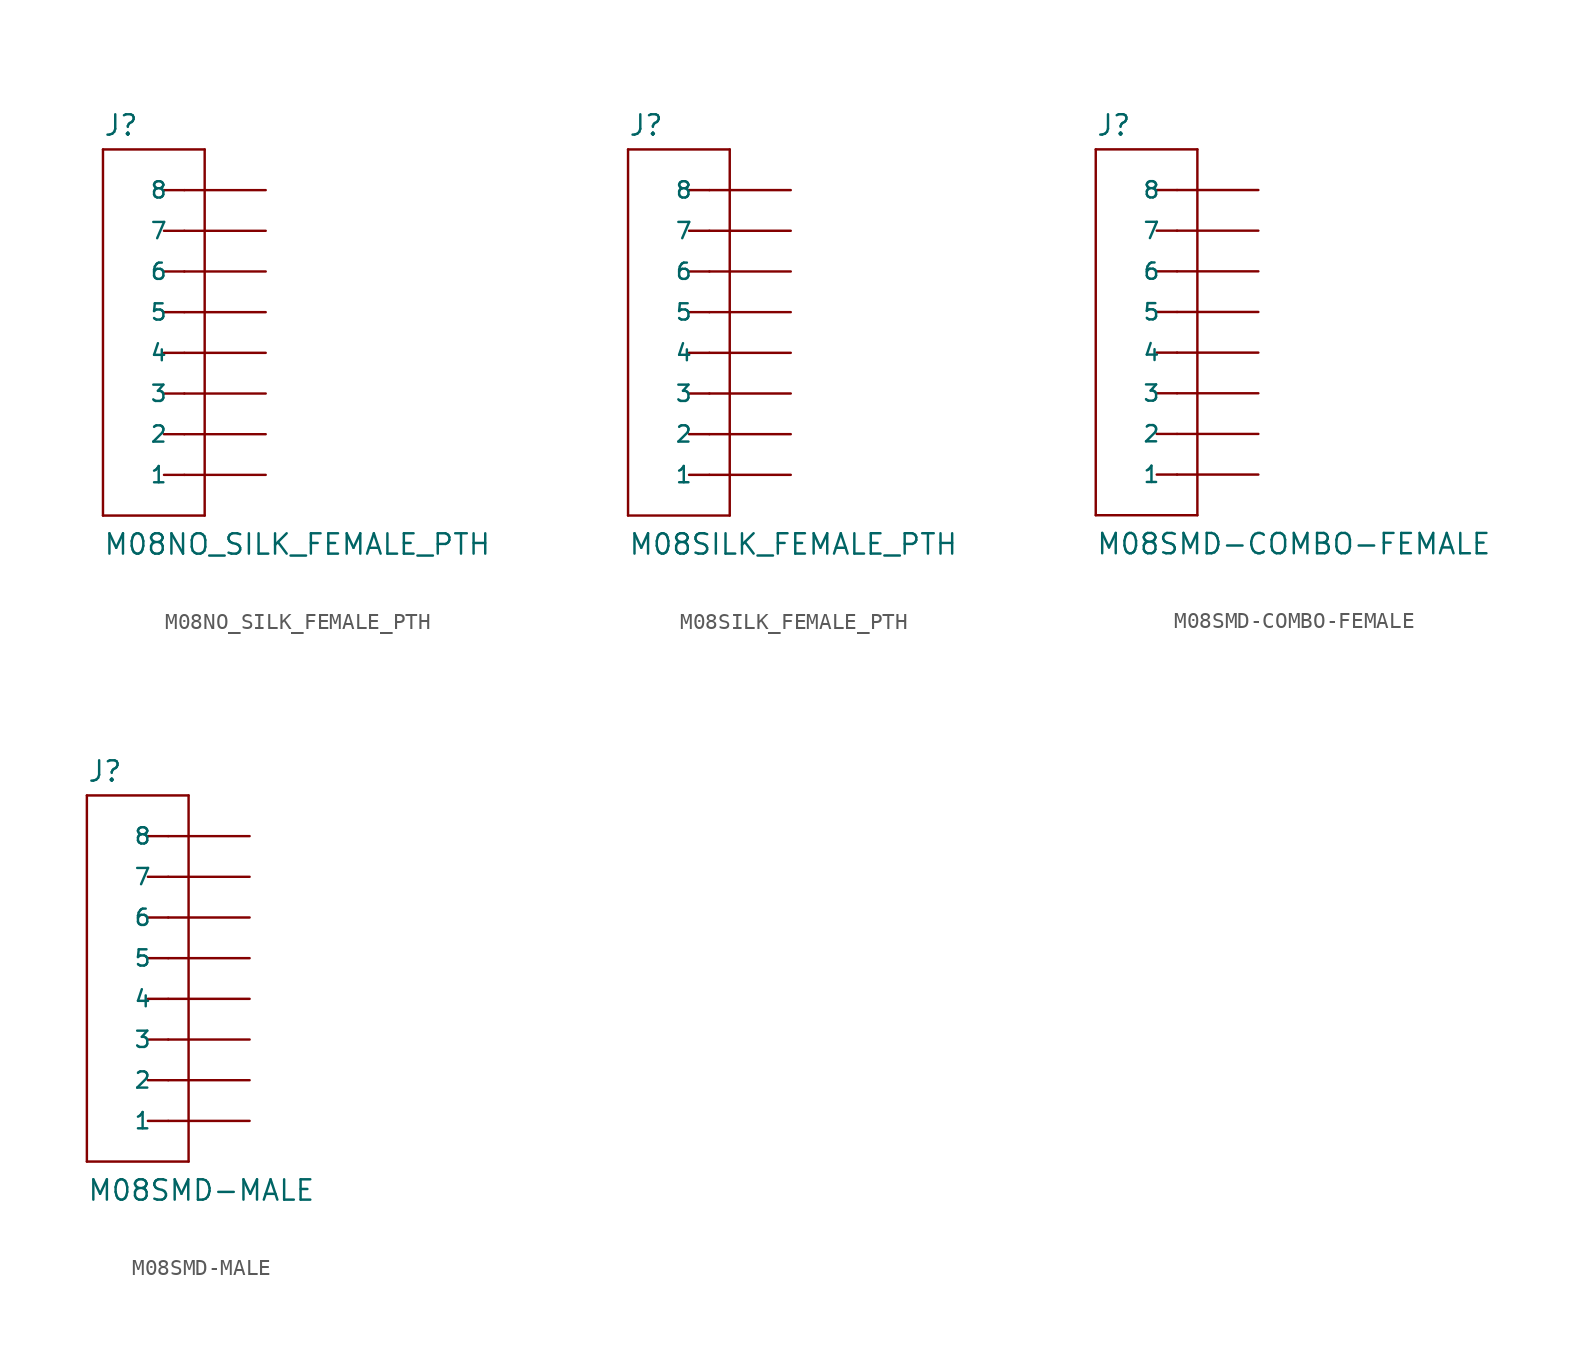
<source format=kicad_sym>
(kicad_symbol_lib
  (version 20211014)
  (generator kicad_symbol_editor)
  (symbol "M08NO_SILK_FEMALE_PTH"
    (pin_numbers hide)
    (pin_names
      (offset 1.016))
    (property "Reference" "J"
      (at -5.08 13.462 0)
      (effects (font (size 1.27 1.27)) (justify left bottom)))
    (property "Value" "M08NO_SILK_FEMALE_PTH"
      (at -5.08 -12.7 0)
      (effects (font (size 1.27 1.27)) (justify left bottom)))
    (property "Datasheet" ""
      (at 0 0 0)
      (effects (font (size 1.524 1.524))))
    (property "ki_locked" ""
      (at 0 0 0)
      (effects (font (size 1.27 1.27))))
    (symbol "M08NO_SILK_FEMALE_PTH_1_0"
      (polyline (pts (xy -5.08 12.7) (xy -5.08 -10.16)) (stroke (width 0) (type default) (color 0 0 0 0)) (fill (type none)))
      (polyline (pts (xy -5.08 12.7) (xy 1.27 12.7)) (stroke (width 0) (type default) (color 0 0 0 0)) (fill (type none)))
      (polyline (pts (xy -1.27 -7.62) (xy 0 -7.62)) (stroke (width 0) (type default) (color 0 0 0 0)) (fill (type none)))
      (polyline (pts (xy -1.27 -5.08) (xy 0 -5.08)) (stroke (width 0) (type default) (color 0 0 0 0)) (fill (type none)))
      (polyline (pts (xy -1.27 -2.54) (xy 0 -2.54)) (stroke (width 0) (type default) (color 0 0 0 0)) (fill (type none)))
      (polyline (pts (xy -1.27 0) (xy 0 0)) (stroke (width 0) (type default) (color 0 0 0 0)) (fill (type none)))
      (polyline (pts (xy -1.27 2.54) (xy 0 2.54)) (stroke (width 0) (type default) (color 0 0 0 0)) (fill (type none)))
      (polyline (pts (xy -1.27 5.08) (xy 0 5.08)) (stroke (width 0) (type default) (color 0 0 0 0)) (fill (type none)))
      (polyline (pts (xy -1.27 7.62) (xy 0 7.62)) (stroke (width 0) (type default) (color 0 0 0 0)) (fill (type none)))
      (polyline (pts (xy -1.27 10.16) (xy 0 10.16)) (stroke (width 0) (type default) (color 0 0 0 0)) (fill (type none)))
      (polyline (pts (xy 1.27 -10.16) (xy -5.08 -10.16)) (stroke (width 0) (type default) (color 0 0 0 0)) (fill (type none)))
      (polyline (pts (xy 1.27 -10.16) (xy 1.27 12.7)) (stroke (width 0) (type default) (color 0 0 0 0)) (fill (type none))))
    (symbol "M08NO_SILK_FEMALE_PTH_1_1"
      (pin passive line (at 5.08 -7.62 180) (length 5.08) (name "1" (effects (font (size 1.016 1.016)))) (number "1" (effects (font (size 1.016 1.016)))))
      (pin passive line (at 5.08 -5.08 180) (length 5.08) (name "2" (effects (font (size 1.016 1.016)))) (number "2" (effects (font (size 1.016 1.016)))))
      (pin passive line (at 5.08 -2.54 180) (length 5.08) (name "3" (effects (font (size 1.016 1.016)))) (number "3" (effects (font (size 1.016 1.016)))))
      (pin passive line (at 5.08 0 180) (length 5.08) (name "4" (effects (font (size 1.016 1.016)))) (number "4" (effects (font (size 1.016 1.016)))))
      (pin passive line (at 5.08 2.54 180) (length 5.08) (name "5" (effects (font (size 1.016 1.016)))) (number "5" (effects (font (size 1.016 1.016)))))
      (pin passive line (at 5.08 5.08 180) (length 5.08) (name "6" (effects (font (size 1.016 1.016)))) (number "6" (effects (font (size 1.016 1.016)))))
      (pin passive line (at 5.08 7.62 180) (length 5.08) (name "7" (effects (font (size 1.016 1.016)))) (number "7" (effects (font (size 1.016 1.016)))))
      (pin passive line (at 5.08 10.16 180) (length 5.08) (name "8" (effects (font (size 1.016 1.016)))) (number "8" (effects (font (size 1.016 1.016)))))))
  (symbol "M08SILK_FEMALE_PTH"
    (pin_numbers hide)
    (pin_names
      (offset 1.016))
    (property "Reference" "J"
      (at -5.08 13.462 0)
      (effects (font (size 1.27 1.27)) (justify left bottom)))
    (property "Value" "M08SILK_FEMALE_PTH"
      (at -5.08 -12.7 0)
      (effects (font (size 1.27 1.27)) (justify left bottom)))
    (property "Datasheet" ""
      (at 0 0 0)
      (effects (font (size 1.524 1.524))))
    (property "ki_locked" ""
      (at 0 0 0)
      (effects (font (size 1.27 1.27))))
    (symbol "M08SILK_FEMALE_PTH_1_0"
      (polyline (pts (xy -5.08 12.7) (xy -5.08 -10.16)) (stroke (width 0) (type default) (color 0 0 0 0)) (fill (type none)))
      (polyline (pts (xy -5.08 12.7) (xy 1.27 12.7)) (stroke (width 0) (type default) (color 0 0 0 0)) (fill (type none)))
      (polyline (pts (xy -1.27 -7.62) (xy 0 -7.62)) (stroke (width 0) (type default) (color 0 0 0 0)) (fill (type none)))
      (polyline (pts (xy -1.27 -5.08) (xy 0 -5.08)) (stroke (width 0) (type default) (color 0 0 0 0)) (fill (type none)))
      (polyline (pts (xy -1.27 -2.54) (xy 0 -2.54)) (stroke (width 0) (type default) (color 0 0 0 0)) (fill (type none)))
      (polyline (pts (xy -1.27 0) (xy 0 0)) (stroke (width 0) (type default) (color 0 0 0 0)) (fill (type none)))
      (polyline (pts (xy -1.27 2.54) (xy 0 2.54)) (stroke (width 0) (type default) (color 0 0 0 0)) (fill (type none)))
      (polyline (pts (xy -1.27 5.08) (xy 0 5.08)) (stroke (width 0) (type default) (color 0 0 0 0)) (fill (type none)))
      (polyline (pts (xy -1.27 7.62) (xy 0 7.62)) (stroke (width 0) (type default) (color 0 0 0 0)) (fill (type none)))
      (polyline (pts (xy -1.27 10.16) (xy 0 10.16)) (stroke (width 0) (type default) (color 0 0 0 0)) (fill (type none)))
      (polyline (pts (xy 1.27 -10.16) (xy -5.08 -10.16)) (stroke (width 0) (type default) (color 0 0 0 0)) (fill (type none)))
      (polyline (pts (xy 1.27 -10.16) (xy 1.27 12.7)) (stroke (width 0) (type default) (color 0 0 0 0)) (fill (type none))))
    (symbol "M08SILK_FEMALE_PTH_1_1"
      (pin passive line (at 5.08 -7.62 180) (length 5.08) (name "1" (effects (font (size 1.016 1.016)))) (number "1" (effects (font (size 1.016 1.016)))))
      (pin passive line (at 5.08 -5.08 180) (length 5.08) (name "2" (effects (font (size 1.016 1.016)))) (number "2" (effects (font (size 1.016 1.016)))))
      (pin passive line (at 5.08 -2.54 180) (length 5.08) (name "3" (effects (font (size 1.016 1.016)))) (number "3" (effects (font (size 1.016 1.016)))))
      (pin passive line (at 5.08 0 180) (length 5.08) (name "4" (effects (font (size 1.016 1.016)))) (number "4" (effects (font (size 1.016 1.016)))))
      (pin passive line (at 5.08 2.54 180) (length 5.08) (name "5" (effects (font (size 1.016 1.016)))) (number "5" (effects (font (size 1.016 1.016)))))
      (pin passive line (at 5.08 5.08 180) (length 5.08) (name "6" (effects (font (size 1.016 1.016)))) (number "6" (effects (font (size 1.016 1.016)))))
      (pin passive line (at 5.08 7.62 180) (length 5.08) (name "7" (effects (font (size 1.016 1.016)))) (number "7" (effects (font (size 1.016 1.016)))))
      (pin passive line (at 5.08 10.16 180) (length 5.08) (name "8" (effects (font (size 1.016 1.016)))) (number "8" (effects (font (size 1.016 1.016)))))))
  (symbol "M08SMD-COMBO-FEMALE"
    (pin_numbers hide)
    (pin_names
      (offset 1.016))
    (property "Reference" "J"
      (at -5.08 13.462 0)
      (effects (font (size 1.27 1.27)) (justify left bottom)))
    (property "Value" "M08SMD-COMBO-FEMALE"
      (at -5.08 -12.7 0)
      (effects (font (size 1.27 1.27)) (justify left bottom)))
    (property "Datasheet" ""
      (at 0 0 0)
      (effects (font (size 1.524 1.524))))
    (property "ki_locked" ""
      (at 0 0 0)
      (effects (font (size 1.27 1.27))))
    (symbol "M08SMD-COMBO-FEMALE_1_0"
      (polyline (pts (xy -5.08 12.7) (xy -5.08 -10.16)) (stroke (width 0) (type default) (color 0 0 0 0)) (fill (type none)))
      (polyline (pts (xy -5.08 12.7) (xy 1.27 12.7)) (stroke (width 0) (type default) (color 0 0 0 0)) (fill (type none)))
      (polyline (pts (xy -1.27 -7.62) (xy 0 -7.62)) (stroke (width 0) (type default) (color 0 0 0 0)) (fill (type none)))
      (polyline (pts (xy -1.27 -5.08) (xy 0 -5.08)) (stroke (width 0) (type default) (color 0 0 0 0)) (fill (type none)))
      (polyline (pts (xy -1.27 -2.54) (xy 0 -2.54)) (stroke (width 0) (type default) (color 0 0 0 0)) (fill (type none)))
      (polyline (pts (xy -1.27 0) (xy 0 0)) (stroke (width 0) (type default) (color 0 0 0 0)) (fill (type none)))
      (polyline (pts (xy -1.27 2.54) (xy 0 2.54)) (stroke (width 0) (type default) (color 0 0 0 0)) (fill (type none)))
      (polyline (pts (xy -1.27 5.08) (xy 0 5.08)) (stroke (width 0) (type default) (color 0 0 0 0)) (fill (type none)))
      (polyline (pts (xy -1.27 7.62) (xy 0 7.62)) (stroke (width 0) (type default) (color 0 0 0 0)) (fill (type none)))
      (polyline (pts (xy -1.27 10.16) (xy 0 10.16)) (stroke (width 0) (type default) (color 0 0 0 0)) (fill (type none)))
      (polyline (pts (xy 1.27 -10.16) (xy -5.08 -10.16)) (stroke (width 0) (type default) (color 0 0 0 0)) (fill (type none)))
      (polyline (pts (xy 1.27 -10.16) (xy 1.27 12.7)) (stroke (width 0) (type default) (color 0 0 0 0)) (fill (type none))))
    (symbol "M08SMD-COMBO-FEMALE_1_1"
      (pin passive line (at 5.08 -7.62 180) (length 5.08) (name "1" (effects (font (size 1.016 1.016)))) (number "1" (effects (font (size 1.016 1.016)))))
      (pin passive line (at 5.08 -5.08 180) (length 5.08) (name "2" (effects (font (size 1.016 1.016)))) (number "2" (effects (font (size 1.016 1.016)))))
      (pin passive line (at 5.08 -2.54 180) (length 5.08) (name "3" (effects (font (size 1.016 1.016)))) (number "3" (effects (font (size 1.016 1.016)))))
      (pin passive line (at 5.08 0 180) (length 5.08) (name "4" (effects (font (size 1.016 1.016)))) (number "4" (effects (font (size 1.016 1.016)))))
      (pin passive line (at 5.08 2.54 180) (length 5.08) (name "5" (effects (font (size 1.016 1.016)))) (number "5" (effects (font (size 1.016 1.016)))))
      (pin passive line (at 5.08 5.08 180) (length 5.08) (name "6" (effects (font (size 1.016 1.016)))) (number "6" (effects (font (size 1.016 1.016)))))
      (pin passive line (at 5.08 7.62 180) (length 5.08) (name "7" (effects (font (size 1.016 1.016)))) (number "7" (effects (font (size 1.016 1.016)))))
      (pin passive line (at 5.08 10.16 180) (length 5.08) (name "8" (effects (font (size 1.016 1.016)))) (number "8" (effects (font (size 1.016 1.016)))))))
  (symbol "M08SMD-MALE"
    (pin_numbers hide)
    (pin_names
      (offset 1.016))
    (property "Reference" "J"
      (at -5.08 13.462 0)
      (effects (font (size 1.27 1.27)) (justify left bottom)))
    (property "Value" "M08SMD-MALE"
      (at -5.08 -12.7 0)
      (effects (font (size 1.27 1.27)) (justify left bottom)))
    (property "Datasheet" ""
      (at 0 0 0)
      (effects (font (size 1.524 1.524))))
    (property "ki_locked" ""
      (at 0 0 0)
      (effects (font (size 1.27 1.27))))
    (symbol "M08SMD-MALE_1_0"
      (polyline (pts (xy -5.08 12.7) (xy -5.08 -10.16)) (stroke (width 0) (type default) (color 0 0 0 0)) (fill (type none)))
      (polyline (pts (xy -5.08 12.7) (xy 1.27 12.7)) (stroke (width 0) (type default) (color 0 0 0 0)) (fill (type none)))
      (polyline (pts (xy -1.27 -7.62) (xy 0 -7.62)) (stroke (width 0) (type default) (color 0 0 0 0)) (fill (type none)))
      (polyline (pts (xy -1.27 -5.08) (xy 0 -5.08)) (stroke (width 0) (type default) (color 0 0 0 0)) (fill (type none)))
      (polyline (pts (xy -1.27 -2.54) (xy 0 -2.54)) (stroke (width 0) (type default) (color 0 0 0 0)) (fill (type none)))
      (polyline (pts (xy -1.27 0) (xy 0 0)) (stroke (width 0) (type default) (color 0 0 0 0)) (fill (type none)))
      (polyline (pts (xy -1.27 2.54) (xy 0 2.54)) (stroke (width 0) (type default) (color 0 0 0 0)) (fill (type none)))
      (polyline (pts (xy -1.27 5.08) (xy 0 5.08)) (stroke (width 0) (type default) (color 0 0 0 0)) (fill (type none)))
      (polyline (pts (xy -1.27 7.62) (xy 0 7.62)) (stroke (width 0) (type default) (color 0 0 0 0)) (fill (type none)))
      (polyline (pts (xy -1.27 10.16) (xy 0 10.16)) (stroke (width 0) (type default) (color 0 0 0 0)) (fill (type none)))
      (polyline (pts (xy 1.27 -10.16) (xy -5.08 -10.16)) (stroke (width 0) (type default) (color 0 0 0 0)) (fill (type none)))
      (polyline (pts (xy 1.27 -10.16) (xy 1.27 12.7)) (stroke (width 0) (type default) (color 0 0 0 0)) (fill (type none))))
    (symbol "M08SMD-MALE_1_1"
      (pin passive line (at 5.08 -7.62 180) (length 5.08) (name "1" (effects (font (size 1.016 1.016)))) (number "1" (effects (font (size 1.016 1.016)))))
      (pin passive line (at 5.08 -5.08 180) (length 5.08) (name "2" (effects (font (size 1.016 1.016)))) (number "2" (effects (font (size 1.016 1.016)))))
      (pin passive line (at 5.08 -2.54 180) (length 5.08) (name "3" (effects (font (size 1.016 1.016)))) (number "3" (effects (font (size 1.016 1.016)))))
      (pin passive line (at 5.08 0 180) (length 5.08) (name "4" (effects (font (size 1.016 1.016)))) (number "4" (effects (font (size 1.016 1.016)))))
      (pin passive line (at 5.08 2.54 180) (length 5.08) (name "5" (effects (font (size 1.016 1.016)))) (number "5" (effects (font (size 1.016 1.016)))))
      (pin passive line (at 5.08 5.08 180) (length 5.08) (name "6" (effects (font (size 1.016 1.016)))) (number "6" (effects (font (size 1.016 1.016)))))
      (pin passive line (at 5.08 7.62 180) (length 5.08) (name "7" (effects (font (size 1.016 1.016)))) (number "7" (effects (font (size 1.016 1.016)))))
      (pin passive line (at 5.08 10.16 180) (length 5.08) (name "8" (effects (font (size 1.016 1.016)))) (number "8" (effects (font (size 1.016 1.016))))))))
</source>
